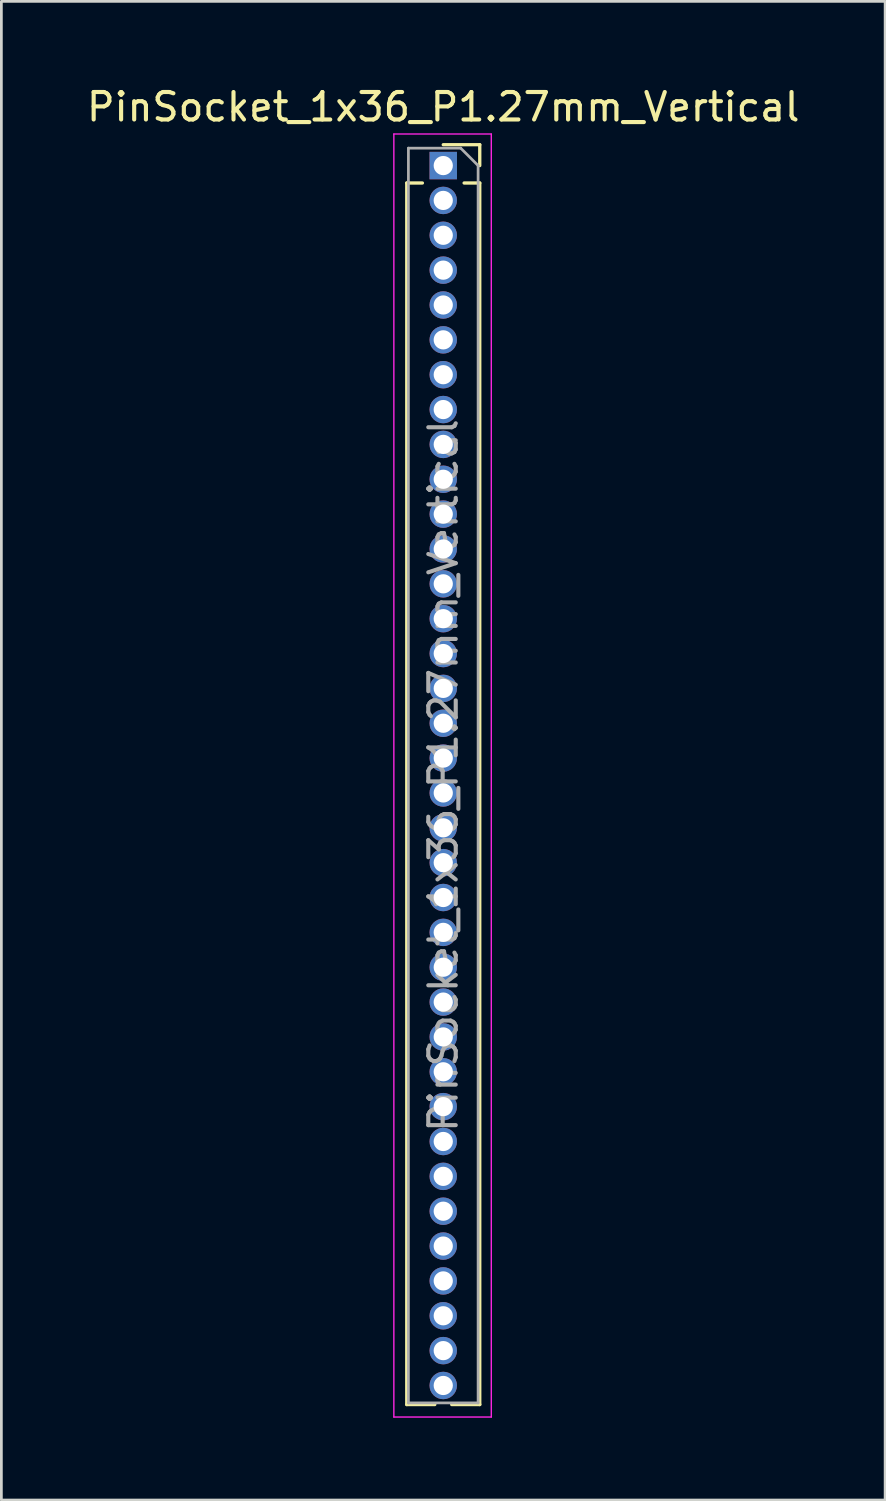
<source format=kicad_pcb>
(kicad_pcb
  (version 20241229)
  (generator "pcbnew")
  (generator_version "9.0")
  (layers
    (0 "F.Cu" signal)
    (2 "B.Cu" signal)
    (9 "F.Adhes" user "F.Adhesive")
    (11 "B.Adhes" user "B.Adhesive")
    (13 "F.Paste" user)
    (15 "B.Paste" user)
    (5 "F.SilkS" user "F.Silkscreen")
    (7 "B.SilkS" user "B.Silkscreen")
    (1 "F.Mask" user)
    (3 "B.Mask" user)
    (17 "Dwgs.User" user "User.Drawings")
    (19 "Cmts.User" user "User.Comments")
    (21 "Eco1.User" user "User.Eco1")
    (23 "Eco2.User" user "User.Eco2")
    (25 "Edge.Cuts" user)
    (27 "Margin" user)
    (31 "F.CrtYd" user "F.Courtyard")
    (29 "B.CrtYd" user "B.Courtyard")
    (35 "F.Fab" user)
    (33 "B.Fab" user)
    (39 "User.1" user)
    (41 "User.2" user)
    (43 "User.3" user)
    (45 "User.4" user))
  (footprint "PinSocket_1x36_P1.27mm_Vertical"
    (layer "F.Cu")
    (at 13.101 2.983)
    (property "Reference" "PinSocket_1x36_P1.27mm_Vertical" (at 0 -2.135 0) (layer "F.SilkS") (effects (font (size 1 1) (thickness 0.15))))
    (attr through_hole)
    (fp_line (start -1.33 0.635) (end -1.33 45.145) (stroke (width 0.12) (type solid)) (layer "F.SilkS"))
    (fp_line (start -1.33 0.635) (end -0.76 0.635) (stroke (width 0.12) (type solid)) (layer "F.SilkS"))
    (fp_line (start -1.33 45.145) (end -0.308 45.145) (stroke (width 0.12) (type solid)) (layer "F.SilkS"))
    (fp_line (start 0 -0.76) (end 1.33 -0.76) (stroke (width 0.12) (type solid)) (layer "F.SilkS"))
    (fp_line (start 0.308 45.145) (end 1.33 45.145) (stroke (width 0.12) (type solid)) (layer "F.SilkS"))
    (fp_line (start 0.76 0.635) (end 1.33 0.635) (stroke (width 0.12) (type solid)) (layer "F.SilkS"))
    (fp_line (start 1.33 -0.76) (end 1.33 0) (stroke (width 0.12) (type solid)) (layer "F.SilkS"))
    (fp_line (start 1.33 0.635) (end 1.33 45.145) (stroke (width 0.12) (type solid)) (layer "F.SilkS"))
    (fp_line (start -1.8 -1.15) (end 1.75 -1.15) (stroke (width 0.05) (type solid)) (layer "F.CrtYd"))
    (fp_line (start -1.8 45.6) (end -1.8 -1.15) (stroke (width 0.05) (type solid)) (layer "F.CrtYd"))
    (fp_line (start 1.75 -1.15) (end 1.75 45.6) (stroke (width 0.05) (type solid)) (layer "F.CrtYd"))
    (fp_line (start 1.75 45.6) (end -1.8 45.6) (stroke (width 0.05) (type solid)) (layer "F.CrtYd"))
    (fp_line (start -1.27 -0.635) (end 0.635 -0.635) (stroke (width 0.1) (type solid)) (layer "F.Fab"))
    (fp_line (start -1.27 45.085) (end -1.27 -0.635) (stroke (width 0.1) (type solid)) (layer "F.Fab"))
    (fp_line (start 0.635 -0.635) (end 1.27 0) (stroke (width 0.1) (type solid)) (layer "F.Fab"))
    (fp_line (start 1.27 0) (end 1.27 45.085) (stroke (width 0.1) (type solid)) (layer "F.Fab"))
    (fp_line (start 1.27 45.085) (end -1.27 45.085) (stroke (width 0.1) (type solid)) (layer "F.Fab"))
    (fp_text user "${REFERENCE}" (at 0 22.225 90) (layer "F.Fab") (effects (font (size 1 1) (thickness 0.15))))
    (pad "1" thru_hole rect (at 0 0) (size 1 1) (drill 0.7) (layers "*.Cu" "*.Mask"))
    (pad "2" thru_hole oval (at 0 1.27) (size 1 1) (drill 0.7) (layers "*.Cu" "*.Mask"))
    (pad "3" thru_hole oval (at 0 2.54) (size 1 1) (drill 0.7) (layers "*.Cu" "*.Mask"))
    (pad "4" thru_hole oval (at 0 3.81) (size 1 1) (drill 0.7) (layers "*.Cu" "*.Mask"))
    (pad "5" thru_hole oval (at 0 5.08) (size 1 1) (drill 0.7) (layers "*.Cu" "*.Mask"))
    (pad "6" thru_hole oval (at 0 6.35) (size 1 1) (drill 0.7) (layers "*.Cu" "*.Mask"))
    (pad "7" thru_hole oval (at 0 7.62) (size 1 1) (drill 0.7) (layers "*.Cu" "*.Mask"))
    (pad "8" thru_hole oval (at 0 8.89) (size 1 1) (drill 0.7) (layers "*.Cu" "*.Mask"))
    (pad "9" thru_hole oval (at 0 10.16) (size 1 1) (drill 0.7) (layers "*.Cu" "*.Mask"))
    (pad "10" thru_hole oval (at 0 11.43) (size 1 1) (drill 0.7) (layers "*.Cu" "*.Mask"))
    (pad "11" thru_hole oval (at 0 12.7) (size 1 1) (drill 0.7) (layers "*.Cu" "*.Mask"))
    (pad "12" thru_hole oval (at 0 13.97) (size 1 1) (drill 0.7) (layers "*.Cu" "*.Mask"))
    (pad "13" thru_hole oval (at 0 15.24) (size 1 1) (drill 0.7) (layers "*.Cu" "*.Mask"))
    (pad "14" thru_hole oval (at 0 16.51) (size 1 1) (drill 0.7) (layers "*.Cu" "*.Mask"))
    (pad "15" thru_hole oval (at 0 17.78) (size 1 1) (drill 0.7) (layers "*.Cu" "*.Mask"))
    (pad "16" thru_hole oval (at 0 19.05) (size 1 1) (drill 0.7) (layers "*.Cu" "*.Mask"))
    (pad "17" thru_hole oval (at 0 20.32) (size 1 1) (drill 0.7) (layers "*.Cu" "*.Mask"))
    (pad "18" thru_hole oval (at 0 21.59) (size 1 1) (drill 0.7) (layers "*.Cu" "*.Mask"))
    (pad "19" thru_hole oval (at 0 22.86) (size 1 1) (drill 0.7) (layers "*.Cu" "*.Mask"))
    (pad "20" thru_hole oval (at 0 24.13) (size 1 1) (drill 0.7) (layers "*.Cu" "*.Mask"))
    (pad "21" thru_hole oval (at 0 25.4) (size 1 1) (drill 0.7) (layers "*.Cu" "*.Mask"))
    (pad "22" thru_hole oval (at 0 26.67) (size 1 1) (drill 0.7) (layers "*.Cu" "*.Mask"))
    (pad "23" thru_hole oval (at 0 27.94) (size 1 1) (drill 0.7) (layers "*.Cu" "*.Mask"))
    (pad "24" thru_hole oval (at 0 29.21) (size 1 1) (drill 0.7) (layers "*.Cu" "*.Mask"))
    (pad "25" thru_hole oval (at 0 30.48) (size 1 1) (drill 0.7) (layers "*.Cu" "*.Mask"))
    (pad "26" thru_hole oval (at 0 31.75) (size 1 1) (drill 0.7) (layers "*.Cu" "*.Mask"))
    (pad "27" thru_hole oval (at 0 33.02) (size 1 1) (drill 0.7) (layers "*.Cu" "*.Mask"))
    (pad "28" thru_hole oval (at 0 34.29) (size 1 1) (drill 0.7) (layers "*.Cu" "*.Mask"))
    (pad "29" thru_hole oval (at 0 35.56) (size 1 1) (drill 0.7) (layers "*.Cu" "*.Mask"))
    (pad "30" thru_hole oval (at 0 36.83) (size 1 1) (drill 0.7) (layers "*.Cu" "*.Mask"))
    (pad "31" thru_hole oval (at 0 38.1) (size 1 1) (drill 0.7) (layers "*.Cu" "*.Mask"))
    (pad "32" thru_hole oval (at 0 39.37) (size 1 1) (drill 0.7) (layers "*.Cu" "*.Mask"))
    (pad "33" thru_hole oval (at 0 40.64) (size 1 1) (drill 0.7) (layers "*.Cu" "*.Mask"))
    (pad "34" thru_hole oval (at 0 41.91) (size 1 1) (drill 0.7) (layers "*.Cu" "*.Mask"))
    (pad "35" thru_hole oval (at 0 43.18) (size 1 1) (drill 0.7) (layers "*.Cu" "*.Mask"))
    (pad "36" thru_hole oval (at 0 44.45) (size 1 1) (drill 0.7) (layers "*.Cu" "*.Mask")))
  (gr_rect
    (start -3 -3)
    (end 29.202 51.608)
    (stroke (width 0.1) (type default))
    (fill no)
    (layer "Edge.Cuts")))
</source>
